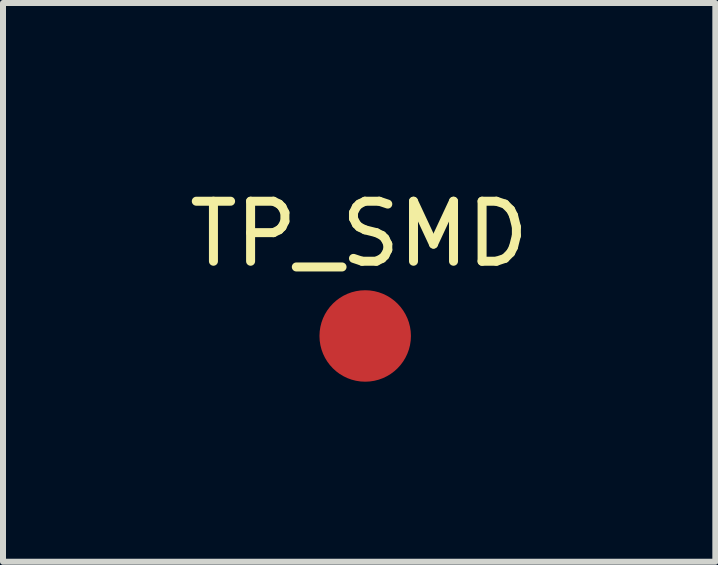
<source format=kicad_pcb>
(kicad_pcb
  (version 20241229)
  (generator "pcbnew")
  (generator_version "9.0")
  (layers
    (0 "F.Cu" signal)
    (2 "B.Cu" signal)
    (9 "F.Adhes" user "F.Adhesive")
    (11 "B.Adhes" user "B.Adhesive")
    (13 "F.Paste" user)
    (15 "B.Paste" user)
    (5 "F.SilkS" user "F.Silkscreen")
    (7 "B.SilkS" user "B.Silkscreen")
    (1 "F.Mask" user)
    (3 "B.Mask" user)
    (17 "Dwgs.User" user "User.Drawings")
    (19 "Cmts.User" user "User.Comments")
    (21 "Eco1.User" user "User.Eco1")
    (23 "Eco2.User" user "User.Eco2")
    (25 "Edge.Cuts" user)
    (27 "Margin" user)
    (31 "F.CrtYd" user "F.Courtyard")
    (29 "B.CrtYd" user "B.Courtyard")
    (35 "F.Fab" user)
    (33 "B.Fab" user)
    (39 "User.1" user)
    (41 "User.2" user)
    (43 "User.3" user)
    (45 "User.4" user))
  (footprint "TP_SMD"
    (layer "F.Cu")
    (at 3.035 2.548)
    (property "Reference" "TP_SMD" (at -0.1 -1.7 0) (layer "F.SilkS") (effects (font (size 1 1) (thickness 0.15))))
    (attr through_hole)
    (pad "1" smd circle (at 0 0) (size 1.524 1.524) (layers "F.Cu" "F.Mask" "F.Paste")))
  (gr_rect
    (start -3 -3)
    (end 8.869 6.31)
    (stroke (width 0.1) (type default))
    (fill no)
    (layer "Edge.Cuts")))
</source>
